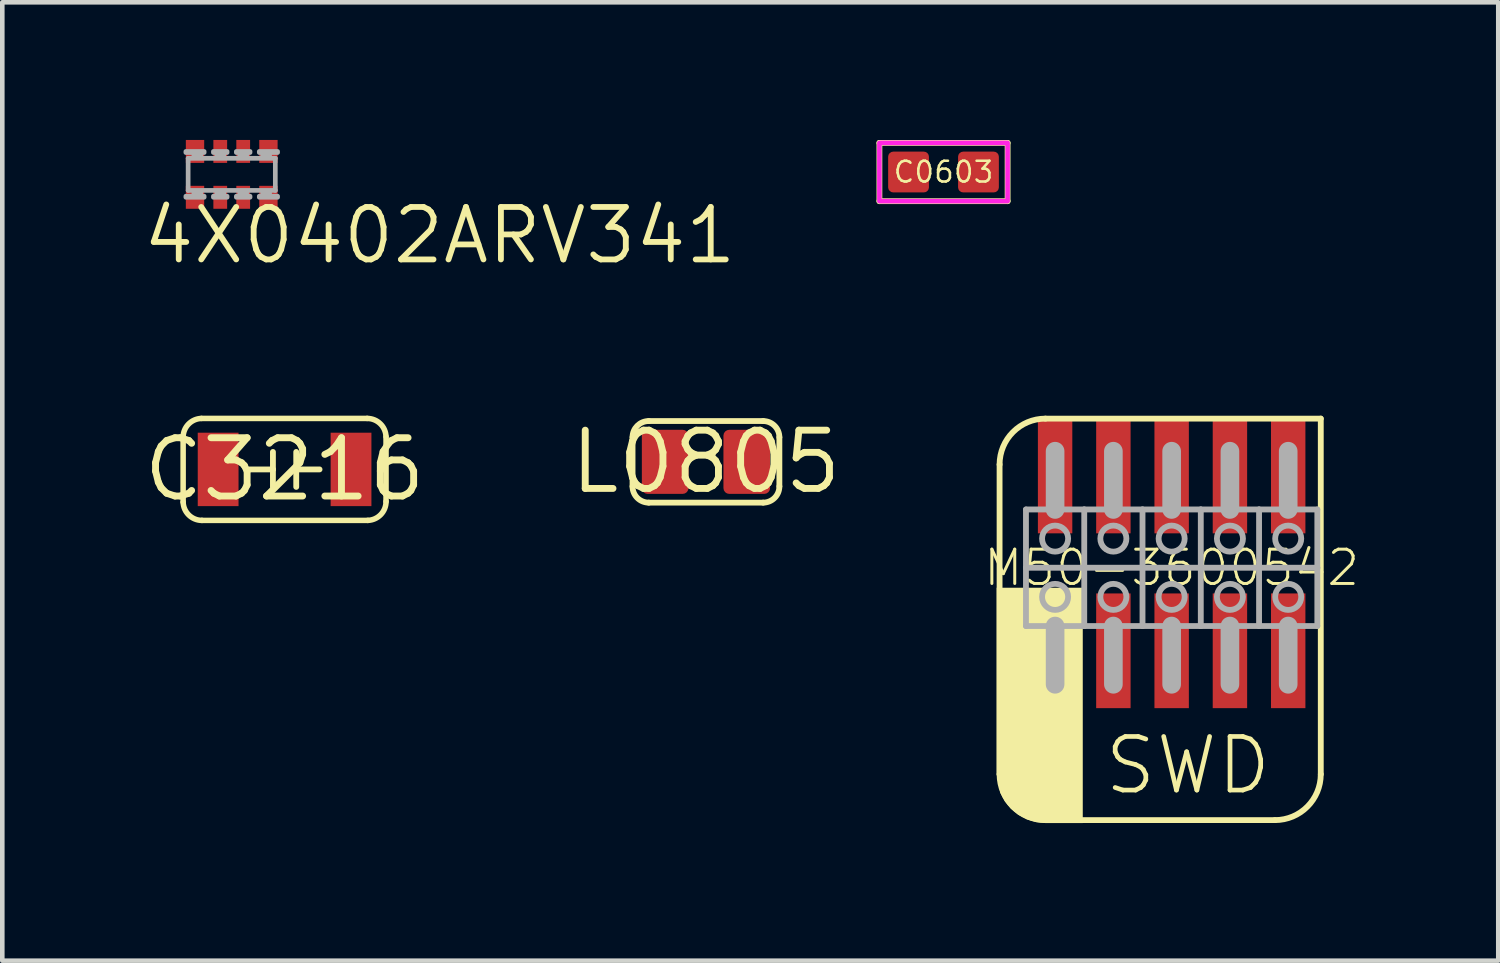
<source format=kicad_pcb>
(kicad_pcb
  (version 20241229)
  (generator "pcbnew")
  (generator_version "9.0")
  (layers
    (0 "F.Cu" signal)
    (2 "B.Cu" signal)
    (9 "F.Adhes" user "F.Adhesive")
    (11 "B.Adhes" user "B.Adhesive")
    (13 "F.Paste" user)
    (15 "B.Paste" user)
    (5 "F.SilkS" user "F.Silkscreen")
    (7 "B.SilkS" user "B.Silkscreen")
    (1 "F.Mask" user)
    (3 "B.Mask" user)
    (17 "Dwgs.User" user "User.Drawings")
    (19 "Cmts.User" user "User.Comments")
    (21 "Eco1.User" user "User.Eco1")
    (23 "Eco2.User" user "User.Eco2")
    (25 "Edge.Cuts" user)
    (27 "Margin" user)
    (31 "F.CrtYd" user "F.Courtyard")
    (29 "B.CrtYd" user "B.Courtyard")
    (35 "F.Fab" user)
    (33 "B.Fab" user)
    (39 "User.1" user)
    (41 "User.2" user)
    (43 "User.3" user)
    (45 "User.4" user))
  (footprint "L0805"
    (layer "F.Cu")
    (at 12.335 7.015)
    (property "Reference" "L0805" (at 0 0 0) (layer "F.SilkS") (effects (font (size 1.27 1.27) (thickness 0.15))))
    (fp_line (start -1.6 0.535) (end -1.6 -0.535) (stroke (width 0.127) (type solid)) (layer "F.SilkS"))
    (fp_line (start -1.246 -0.889) (end 1.246 -0.889) (stroke (width 0.127) (type solid)) (layer "F.SilkS"))
    (fp_line (start 1.246 0.889) (end -1.246 0.889) (stroke (width 0.127) (type solid)) (layer "F.SilkS"))
    (fp_line (start 1.6 -0.535) (end 1.6 0.535) (stroke (width 0.127) (type solid)) (layer "F.SilkS"))
    (fp_arc (start -1.6002 -0.535221) (mid -1.49658 -0.785381) (end -1.246419 -0.889) (stroke (width 0.127) (type solid)) (layer "F.SilkS"))
    (fp_arc (start -1.246421 0.889) (mid -1.496581 0.78538) (end -1.6002 0.535219) (stroke (width 0.127) (type solid)) (layer "F.SilkS"))
    (fp_arc (start 1.246421 -0.889) (mid 1.496581 -0.78538) (end 1.6002 -0.535219) (stroke (width 0.127) (type solid)) (layer "F.SilkS"))
    (fp_arc (start 1.6002 0.535221) (mid 1.49658 0.785381) (end 1.246419 0.889) (stroke (width 0.127) (type solid)) (layer "F.SilkS"))
    (pad "1" smd roundrect (at -0.889 0) (size 1.016 1.397) (layers "F.Cu" "F.Mask" "F.Paste") (roundrect_rratio 0.125))
    (pad "2" smd roundrect (at 0.889 0) (size 1.016 1.397) (layers "F.Cu" "F.Mask" "F.Paste") (roundrect_rratio 0.125)))
  (footprint "C0603"
    (layer "F.Cu")
    (at 17.512 0.699)
    (property "Reference" "C0603" (at 0 0 0) (layer "F.SilkS") (effects (font (size 0.452 0.452) (thickness 0.056))))
    (fp_line (start -1.397 -0.635) (end 1.397 -0.635) (stroke (width 0.127) (type solid)) (layer "F.SilkS"))
    (fp_line (start -1.397 0.635) (end -1.397 -0.635) (stroke (width 0.127) (type solid)) (layer "F.SilkS"))
    (fp_line (start 1.397 -0.635) (end 1.397 0.635) (stroke (width 0.127) (type solid)) (layer "F.SilkS"))
    (fp_line (start 1.397 0.635) (end -1.397 0.635) (stroke (width 0.127) (type solid)) (layer "F.SilkS"))
    (fp_poly (pts (xy -0.38 0) (xy -0.468 0.38) (xy -1.142 0.38) (xy -1.142 -0.38) (xy -0.468 -0.38)) (stroke (width 0) (type solid)) (fill yes) (layer "F.Paste"))
    (fp_poly (pts (xy 1.142 0.38) (xy 0.468 0.38) (xy 0.38 0) (xy 0.468 -0.38) (xy 1.142 -0.38)) (stroke (width 0) (type solid)) (fill yes) (layer "F.Paste"))
    (fp_poly (pts (xy -1.397 0.635) (xy 1.397 0.635) (xy 1.397 -0.635) (xy -1.397 -0.635)) (stroke (width 0.1) (type solid)) (fill no) (layer "F.CrtYd"))
    (pad "1" smd roundrect (at -0.762 0) (size 0.889 0.889) (layers "F.Cu" "F.Mask") (roundrect_rratio 0.125))
    (pad "2" smd roundrect (at 0.762 0) (size 0.889 0.889) (layers "F.Cu" "F.Mask") (roundrect_rratio 0.125)))
  (footprint "4X0402ARV341"
    (layer "F.Cu")
    (at 2 0.75)
    (property "Reference" "4X0402ARV341" (at -2 2 0) (layer "F.SilkS") (effects (font (size 1.143 1.143) (thickness 0.127)) (justify left bottom)))
    (fp_line (start -0.95 -0.35) (end 0.95 -0.35) (stroke (width 0.102) (type solid)) (layer "F.Fab"))
    (fp_line (start -0.95 0.35) (end -0.95 -0.35) (stroke (width 0.102) (type solid)) (layer "F.Fab"))
    (fp_line (start 0.95 -0.35) (end 0.95 0.35) (stroke (width 0.102) (type solid)) (layer "F.Fab"))
    (fp_line (start 0.95 0.35) (end -0.95 0.35) (stroke (width 0.102) (type solid)) (layer "F.Fab"))
    (fp_poly (pts (xy -1 -0.475) (xy -0.6 -0.475) (xy -0.6 -0.5) (xy -1 -0.5)) (stroke (width 0.1) (type solid)) (fill no) (layer "F.Fab"))
    (fp_poly (pts (xy -0.825 -0.4) (xy -0.675 -0.4) (xy -0.675 -0.475) (xy -0.825 -0.475)) (stroke (width 0.1) (type solid)) (fill no) (layer "F.Fab"))
    (fp_poly (pts (xy -0.675 0.4) (xy -0.825 0.4) (xy -0.825 0.475) (xy -0.675 0.475)) (stroke (width 0.1) (type solid)) (fill no) (layer "F.Fab"))
    (fp_poly (pts (xy -0.6 0.475) (xy -1 0.475) (xy -1 0.5) (xy -0.6 0.5)) (stroke (width 0.1) (type solid)) (fill no) (layer "F.Fab"))
    (fp_poly (pts (xy -0.4 -0.475) (xy -0.1 -0.475) (xy -0.1 -0.5) (xy -0.4 -0.5)) (stroke (width 0.1) (type solid)) (fill no) (layer "F.Fab"))
    (fp_poly (pts (xy -0.325 -0.4) (xy -0.175 -0.4) (xy -0.175 -0.475) (xy -0.325 -0.475)) (stroke (width 0.1) (type solid)) (fill no) (layer "F.Fab"))
    (fp_poly (pts (xy -0.175 0.4) (xy -0.325 0.4) (xy -0.325 0.475) (xy -0.175 0.475)) (stroke (width 0.1) (type solid)) (fill no) (layer "F.Fab"))
    (fp_poly (pts (xy -0.1 0.475) (xy -0.4 0.475) (xy -0.4 0.5) (xy -0.1 0.5)) (stroke (width 0.1) (type solid)) (fill no) (layer "F.Fab"))
    (fp_poly (pts (xy 0.1 -0.475) (xy 0.4 -0.475) (xy 0.4 -0.5) (xy 0.1 -0.5)) (stroke (width 0.1) (type solid)) (fill no) (layer "F.Fab"))
    (fp_poly (pts (xy 0.175 -0.4) (xy 0.325 -0.4) (xy 0.325 -0.475) (xy 0.175 -0.475)) (stroke (width 0.1) (type solid)) (fill no) (layer "F.Fab"))
    (fp_poly (pts (xy 0.325 0.4) (xy 0.175 0.4) (xy 0.175 0.475) (xy 0.325 0.475)) (stroke (width 0.1) (type solid)) (fill no) (layer "F.Fab"))
    (fp_poly (pts (xy 0.4 0.475) (xy 0.1 0.475) (xy 0.1 0.5) (xy 0.4 0.5)) (stroke (width 0.1) (type solid)) (fill no) (layer "F.Fab"))
    (fp_poly (pts (xy 0.6 -0.475) (xy 1 -0.475) (xy 1 -0.5) (xy 0.6 -0.5)) (stroke (width 0.1) (type solid)) (fill no) (layer "F.Fab"))
    (fp_poly (pts (xy 0.675 -0.4) (xy 0.825 -0.4) (xy 0.825 -0.475) (xy 0.675 -0.475)) (stroke (width 0.1) (type solid)) (fill no) (layer "F.Fab"))
    (fp_poly (pts (xy 0.825 0.4) (xy 0.675 0.4) (xy 0.675 0.475) (xy 0.825 0.475)) (stroke (width 0.1) (type solid)) (fill no) (layer "F.Fab"))
    (fp_poly (pts (xy 1 0.475) (xy 0.6 0.475) (xy 0.6 0.5) (xy 1 0.5)) (stroke (width 0.1) (type solid)) (fill no) (layer "F.Fab"))
    (pad "1" smd rect (at -0.8 0.5) (size 0.4 0.5) (layers "F.Cu" "F.Mask" "F.Paste"))
    (pad "2" smd rect (at -0.25 0.5) (size 0.3 0.5) (layers "F.Cu" "F.Mask" "F.Paste"))
    (pad "3" smd rect (at 0.25 0.5) (size 0.3 0.5) (layers "F.Cu" "F.Mask" "F.Paste"))
    (pad "4" smd rect (at 0.8 0.5) (size 0.4 0.5) (layers "F.Cu" "F.Mask" "F.Paste"))
    (pad "5" smd rect (at 0.8 -0.5) (size 0.4 0.5) (layers "F.Cu" "F.Mask" "F.Paste"))
    (pad "6" smd rect (at 0.25 -0.5) (size 0.3 0.5) (layers "F.Cu" "F.Mask" "F.Paste"))
    (pad "7" smd rect (at -0.25 -0.5) (size 0.3 0.5) (layers "F.Cu" "F.Mask" "F.Paste"))
    (pad "8" smd rect (at -0.8 -0.5) (size 0.4 0.5) (layers "F.Cu" "F.Mask" "F.Paste")))
  (footprint "C3216"
    (layer "F.Cu")
    (at 3.152 7.18)
    (property "Reference" "C3216" (at 0 0 0) (layer "F.SilkS") (effects (font (size 1.27 1.27) (thickness 0.15))))
    (fp_line (start -2.211 -0.7) (end -2.211 0.713) (stroke (width 0.12) (type solid)) (layer "F.SilkS"))
    (fp_line (start -1.8 1.111) (end 1.813 1.111) (stroke (width 0.12) (type solid)) (layer "F.SilkS"))
    (fp_line (start -0.762 0) (end -0.254 0) (stroke (width 0.127) (type solid)) (layer "F.SilkS"))
    (fp_line (start -0.254 -0.381) (end -0.254 0) (stroke (width 0.127) (type solid)) (layer "F.SilkS"))
    (fp_line (start -0.254 0) (end -0.254 0.381) (stroke (width 0.127) (type solid)) (layer "F.SilkS"))
    (fp_line (start 0.254 -0.381) (end 0.254 0) (stroke (width 0.127) (type solid)) (layer "F.SilkS"))
    (fp_line (start 0.254 0) (end 0.254 0.381) (stroke (width 0.127) (type solid)) (layer "F.SilkS"))
    (fp_line (start 0.254 0) (end 0.762 0) (stroke (width 0.127) (type solid)) (layer "F.SilkS"))
    (fp_line (start 1.8 -1.111) (end -1.813 -1.111) (stroke (width 0.12) (type solid)) (layer "F.SilkS"))
    (fp_line (start 2.211 0.7) (end 2.211 -0.713) (stroke (width 0.12) (type solid)) (layer "F.SilkS"))
    (fp_arc (start -2.211002 -0.700002) (mid -2.095139 -0.986034) (end -1.812876 -1.1108) (stroke (width 0.12) (type solid)) (layer "F.SilkS"))
    (fp_arc (start -1.800002 1.111002) (mid -2.086034 0.995139) (end -2.2108 0.712876) (stroke (width 0.12) (type solid)) (layer "F.SilkS"))
    (fp_arc (start 1.800002 -1.111002) (mid 2.086034 -0.995139) (end 2.2108 -0.712876) (stroke (width 0.12) (type solid)) (layer "F.SilkS"))
    (fp_arc (start 2.211002 0.700002) (mid 2.095139 0.986034) (end 1.812876 1.1108) (stroke (width 0.12) (type solid)) (layer "F.SilkS"))
    (pad "1" smd rect (at -1.448 0 90) (size 1.6 0.889) (layers "F.Cu" "F.Mask" "F.Paste"))
    (pad "2" smd rect (at 1.448 0 90) (size 1.6 0.889) (layers "F.Cu" "F.Mask" "F.Paste")))
  (footprint "M50-3600542"
    (layer "F.Cu")
    (at 22.484 9.323)
    (property "Reference" "M50-3600542" (at 0 0 0) (layer "F.SilkS") (effects (font (size 0.748 0.748) (thickness 0.065))))
    (fp_line (start -3.75 4.5) (end -3.75 -2.25) (stroke (width 0.127) (type solid)) (layer "F.SilkS"))
    (fp_line (start -2.75 -3.25) (end 3.25 -3.25) (stroke (width 0.127) (type solid)) (layer "F.SilkS"))
    (fp_line (start 2.25 5.5) (end -2.75 5.5) (stroke (width 0.127) (type solid)) (layer "F.SilkS"))
    (fp_line (start 3.25 -3.25) (end 3.25 4.5) (stroke (width 0.127) (type solid)) (layer "F.SilkS"))
    (fp_arc (start -3.75 -2.25) (mid -3.457107 -2.957107) (end -2.75 -3.25) (stroke (width 0.127) (type solid)) (layer "F.SilkS"))
    (fp_arc (start -2.75 5.5) (mid -3.457107 5.207107) (end -3.75 4.5) (stroke (width 0.127) (type solid)) (layer "F.SilkS"))
    (fp_arc (start 3.25 4.5) (mid 2.957107 5.207107) (end 2.25 5.5) (stroke (width 0.127) (type solid)) (layer "F.SilkS"))
    (fp_poly (pts (xy -1.937 5.564) (xy -2.753 5.564) (xy -2.958 5.543) (xy -3.157 5.483) (xy -3.341 5.385) (xy -3.502 5.252) (xy -3.635 5.091) (xy -3.734 4.904) (xy -3.813 4.506) (xy -3.813 0.436) (xy -1.937 0.436)) (stroke (width 0) (type solid)) (fill yes) (layer "F.SilkS"))
    (fp_line (start -3.175 -1.27) (end -3.175 0) (stroke (width 0.127) (type solid)) (layer "F.Fab"))
    (fp_line (start -3.175 0) (end -3.175 1.27) (stroke (width 0.127) (type solid)) (layer "F.Fab"))
    (fp_line (start -3.175 0) (end 3.175 0) (stroke (width 0.127) (type solid)) (layer "F.Fab"))
    (fp_line (start -3.175 1.27) (end -2.54 1.27) (stroke (width 0.127) (type solid)) (layer "F.Fab"))
    (fp_line (start -2.54 -1.27) (end -3.175 -1.27) (stroke (width 0.127) (type solid)) (layer "F.Fab"))
    (fp_line (start -2.54 -1.27) (end -2.54 -2.54) (stroke (width 0.406) (type solid)) (layer "F.Fab"))
    (fp_line (start -2.54 1.27) (end -2.54 2.54) (stroke (width 0.406) (type solid)) (layer "F.Fab"))
    (fp_line (start -2.54 1.27) (end -1.905 1.27) (stroke (width 0.127) (type solid)) (layer "F.Fab"))
    (fp_line (start -1.905 -1.27) (end -2.54 -1.27) (stroke (width 0.127) (type solid)) (layer "F.Fab"))
    (fp_line (start -1.905 1.27) (end -1.905 -1.27) (stroke (width 0.127) (type solid)) (layer "F.Fab"))
    (fp_line (start -1.905 1.27) (end -1.27 1.27) (stroke (width 0.127) (type solid)) (layer "F.Fab"))
    (fp_line (start -1.27 -1.27) (end -1.905 -1.27) (stroke (width 0.127) (type solid)) (layer "F.Fab"))
    (fp_line (start -1.27 -1.27) (end -1.27 -2.54) (stroke (width 0.406) (type solid)) (layer "F.Fab"))
    (fp_line (start -1.27 1.27) (end -1.27 2.54) (stroke (width 0.406) (type solid)) (layer "F.Fab"))
    (fp_line (start -1.27 1.27) (end -0.635 1.27) (stroke (width 0.127) (type solid)) (layer "F.Fab"))
    (fp_line (start -0.635 -1.27) (end -1.27 -1.27) (stroke (width 0.127) (type solid)) (layer "F.Fab"))
    (fp_line (start -0.635 1.27) (end -0.635 -1.27) (stroke (width 0.127) (type solid)) (layer "F.Fab"))
    (fp_line (start -0.635 1.27) (end 0 1.27) (stroke (width 0.127) (type solid)) (layer "F.Fab"))
    (fp_line (start 0 -1.27) (end -0.635 -1.27) (stroke (width 0.127) (type solid)) (layer "F.Fab"))
    (fp_line (start 0 -1.27) (end 0 -2.54) (stroke (width 0.406) (type solid)) (layer "F.Fab"))
    (fp_line (start 0 1.27) (end 0 2.54) (stroke (width 0.406) (type solid)) (layer "F.Fab"))
    (fp_line (start 0 1.27) (end 0.635 1.27) (stroke (width 0.127) (type solid)) (layer "F.Fab"))
    (fp_line (start 0.635 -1.27) (end 0 -1.27) (stroke (width 0.127) (type solid)) (layer "F.Fab"))
    (fp_line (start 0.635 1.27) (end 0.635 -1.27) (stroke (width 0.127) (type solid)) (layer "F.Fab"))
    (fp_line (start 0.635 1.27) (end 1.27 1.27) (stroke (width 0.127) (type solid)) (layer "F.Fab"))
    (fp_line (start 1.27 -1.27) (end 0.635 -1.27) (stroke (width 0.127) (type solid)) (layer "F.Fab"))
    (fp_line (start 1.27 -1.27) (end 1.27 -2.54) (stroke (width 0.406) (type solid)) (layer "F.Fab"))
    (fp_line (start 1.27 1.27) (end 1.27 2.54) (stroke (width 0.406) (type solid)) (layer "F.Fab"))
    (fp_line (start 1.27 1.27) (end 1.905 1.27) (stroke (width 0.127) (type solid)) (layer "F.Fab"))
    (fp_line (start 1.905 -1.27) (end 1.27 -1.27) (stroke (width 0.127) (type solid)) (layer "F.Fab"))
    (fp_line (start 1.905 1.27) (end 1.905 -1.27) (stroke (width 0.127) (type solid)) (layer "F.Fab"))
    (fp_line (start 1.905 1.27) (end 2.54 1.27) (stroke (width 0.127) (type solid)) (layer "F.Fab"))
    (fp_line (start 2.54 -1.27) (end 1.905 -1.27) (stroke (width 0.127) (type solid)) (layer "F.Fab"))
    (fp_line (start 2.54 -1.27) (end 2.54 -2.54) (stroke (width 0.406) (type solid)) (layer "F.Fab"))
    (fp_line (start 2.54 1.27) (end 2.54 2.54) (stroke (width 0.406) (type solid)) (layer "F.Fab"))
    (fp_line (start 2.54 1.27) (end 3.175 1.27) (stroke (width 0.127) (type solid)) (layer "F.Fab"))
    (fp_line (start 3.175 -1.27) (end 2.54 -1.27) (stroke (width 0.127) (type solid)) (layer "F.Fab"))
    (fp_line (start 3.175 0) (end 3.175 -1.27) (stroke (width 0.127) (type solid)) (layer "F.Fab"))
    (fp_line (start 3.175 1.27) (end 3.175 0) (stroke (width 0.127) (type solid)) (layer "F.Fab"))
    (fp_circle (center -2.54 -0.635) (end -2.256 -0.635) (stroke (width 0.127) (type solid)) (fill no) (layer "F.Fab"))
    (fp_circle (center -2.54 0.635) (end -2.256 0.635) (stroke (width 0.127) (type solid)) (fill no) (layer "F.Fab"))
    (fp_circle (center -1.27 -0.635) (end -0.986 -0.635) (stroke (width 0.127) (type solid)) (fill no) (layer "F.Fab"))
    (fp_circle (center -1.27 0.635) (end -0.986 0.635) (stroke (width 0.127) (type solid)) (fill no) (layer "F.Fab"))
    (fp_circle (center 0 -0.635) (end 0.284 -0.635) (stroke (width 0.127) (type solid)) (fill no) (layer "F.Fab"))
    (fp_circle (center 0 0.635) (end 0.284 0.635) (stroke (width 0.127) (type solid)) (fill no) (layer "F.Fab"))
    (fp_circle (center 1.27 -0.635) (end 1.554 -0.635) (stroke (width 0.127) (type solid)) (fill no) (layer "F.Fab"))
    (fp_circle (center 1.27 0.635) (end 1.554 0.635) (stroke (width 0.127) (type solid)) (fill no) (layer "F.Fab"))
    (fp_circle (center 2.54 -0.635) (end 2.824 -0.635) (stroke (width 0.127) (type solid)) (fill no) (layer "F.Fab"))
    (fp_circle (center 2.54 0.635) (end 2.824 0.635) (stroke (width 0.127) (type solid)) (fill no) (layer "F.Fab"))
    (fp_text user "SWD" (at -1.52 4.31 0) (layer "F.SilkS") (effects (font (size 1.168 1.168) (thickness 0.102)) (justify left)))
    (pad "1" smd rect (at -2.54 1.81 90) (size 2.5 0.75) (layers "F.Cu" "F.Mask" "F.Paste"))
    (pad "2" smd rect (at -2.54 -2 90) (size 2.5 0.75) (layers "F.Cu" "F.Mask" "F.Paste"))
    (pad "3" smd rect (at -1.27 1.81 90) (size 2.5 0.75) (layers "F.Cu" "F.Mask" "F.Paste"))
    (pad "4" smd rect (at -1.27 -2 90) (size 2.5 0.75) (layers "F.Cu" "F.Mask" "F.Paste"))
    (pad "5" smd rect (at 0 1.81 90) (size 2.5 0.75) (layers "F.Cu" "F.Mask" "F.Paste"))
    (pad "6" smd rect (at 0 -2 90) (size 2.5 0.75) (layers "F.Cu" "F.Mask" "F.Paste"))
    (pad "7" smd rect (at 1.27 1.81 90) (size 2.5 0.75) (layers "F.Cu" "F.Mask" "F.Paste"))
    (pad "8" smd rect (at 1.27 -2 90) (size 2.5 0.75) (layers "F.Cu" "F.Mask" "F.Paste"))
    (pad "9" smd rect (at 2.54 1.81 90) (size 2.5 0.75) (layers "F.Cu" "F.Mask" "F.Paste"))
    (pad "10" smd rect (at 2.54 -2 90) (size 2.5 0.75) (layers "F.Cu" "F.Mask" "F.Paste")))
  (gr_rect
    (start -3 -3)
    (end 29.602 17.886)
    (stroke (width 0.1) (type default))
    (fill no)
    (layer "Edge.Cuts")))
</source>
